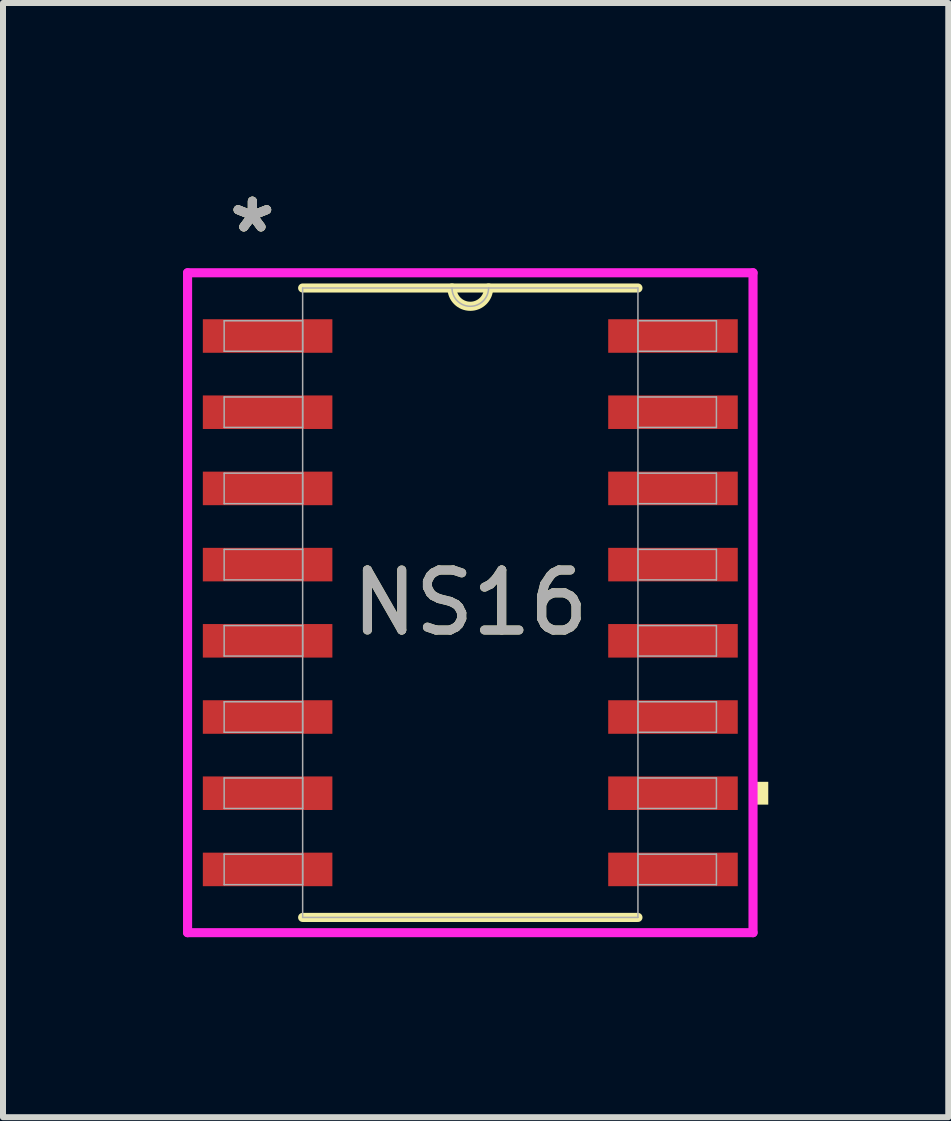
<source format=kicad_pcb>
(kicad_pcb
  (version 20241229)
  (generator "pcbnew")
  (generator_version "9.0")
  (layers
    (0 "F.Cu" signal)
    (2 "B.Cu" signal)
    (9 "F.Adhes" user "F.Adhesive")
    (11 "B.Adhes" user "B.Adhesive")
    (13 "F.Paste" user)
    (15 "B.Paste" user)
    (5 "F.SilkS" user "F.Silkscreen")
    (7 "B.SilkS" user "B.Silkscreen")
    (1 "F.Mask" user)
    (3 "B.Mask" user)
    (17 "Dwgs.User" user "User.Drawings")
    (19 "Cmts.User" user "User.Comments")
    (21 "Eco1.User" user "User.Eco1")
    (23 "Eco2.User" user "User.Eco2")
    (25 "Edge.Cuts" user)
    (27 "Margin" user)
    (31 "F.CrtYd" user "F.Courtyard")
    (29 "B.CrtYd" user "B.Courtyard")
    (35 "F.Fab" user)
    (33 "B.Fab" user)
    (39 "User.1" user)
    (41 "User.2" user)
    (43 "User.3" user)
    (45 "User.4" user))
  (footprint "NS16"
    (layer "F.Cu")
    (at 4.788 6.995)
    (property "Reference" "NS16" (at 0 0 0) (unlocked yes) (layer "F.SilkS") (effects (font (size 1 1) (thickness 0.15))))
    (attr smd)
    (fp_line (start -2.794 5.245) (end 2.794 5.245) (stroke (width 0.152) (type solid)) (layer "F.SilkS"))
    (fp_line (start 2.794 -5.245) (end -2.794 -5.245) (stroke (width 0.152) (type solid)) (layer "F.SilkS"))
    (fp_arc (start 0.3048 -5.2451) (mid 0 -4.9403) (end -0.3048 -5.2451) (stroke (width 0.1524) (type solid)) (layer "F.SilkS"))
    (fp_poly (pts (xy 4.966 2.985) (xy 4.966 3.365) (xy 4.712 3.365) (xy 4.712 2.985)) (stroke (width 0) (type solid)) (fill yes) (layer "F.SilkS"))
    (fp_line (start -4.712 -5.499) (end 4.712 -5.499) (stroke (width 0.152) (type solid)) (layer "F.CrtYd"))
    (fp_line (start -4.712 5.499) (end -4.712 -5.499) (stroke (width 0.152) (type solid)) (layer "F.CrtYd"))
    (fp_line (start 4.712 -5.499) (end 4.712 5.499) (stroke (width 0.152) (type solid)) (layer "F.CrtYd"))
    (fp_line (start 4.712 5.499) (end -4.712 5.499) (stroke (width 0.152) (type solid)) (layer "F.CrtYd"))
    (fp_line (start -4.102 -4.699) (end -4.102 -4.191) (stroke (width 0.025) (type solid)) (layer "F.Fab"))
    (fp_line (start -4.102 -4.191) (end -2.794 -4.191) (stroke (width 0.025) (type solid)) (layer "F.Fab"))
    (fp_line (start -4.102 -3.429) (end -4.102 -2.921) (stroke (width 0.025) (type solid)) (layer "F.Fab"))
    (fp_line (start -4.102 -2.921) (end -2.794 -2.921) (stroke (width 0.025) (type solid)) (layer "F.Fab"))
    (fp_line (start -4.102 -2.159) (end -4.102 -1.651) (stroke (width 0.025) (type solid)) (layer "F.Fab"))
    (fp_line (start -4.102 -1.651) (end -2.794 -1.651) (stroke (width 0.025) (type solid)) (layer "F.Fab"))
    (fp_line (start -4.102 -0.889) (end -4.102 -0.381) (stroke (width 0.025) (type solid)) (layer "F.Fab"))
    (fp_line (start -4.102 -0.381) (end -2.794 -0.381) (stroke (width 0.025) (type solid)) (layer "F.Fab"))
    (fp_line (start -4.102 0.381) (end -4.102 0.889) (stroke (width 0.025) (type solid)) (layer "F.Fab"))
    (fp_line (start -4.102 0.889) (end -2.794 0.889) (stroke (width 0.025) (type solid)) (layer "F.Fab"))
    (fp_line (start -4.102 1.651) (end -4.102 2.159) (stroke (width 0.025) (type solid)) (layer "F.Fab"))
    (fp_line (start -4.102 2.159) (end -2.794 2.159) (stroke (width 0.025) (type solid)) (layer "F.Fab"))
    (fp_line (start -4.102 2.921) (end -4.102 3.429) (stroke (width 0.025) (type solid)) (layer "F.Fab"))
    (fp_line (start -4.102 3.429) (end -2.794 3.429) (stroke (width 0.025) (type solid)) (layer "F.Fab"))
    (fp_line (start -4.102 4.191) (end -4.102 4.699) (stroke (width 0.025) (type solid)) (layer "F.Fab"))
    (fp_line (start -4.102 4.699) (end -2.794 4.699) (stroke (width 0.025) (type solid)) (layer "F.Fab"))
    (fp_line (start -2.794 -5.245) (end -2.794 5.245) (stroke (width 0.025) (type solid)) (layer "F.Fab"))
    (fp_line (start -2.794 -4.699) (end -4.102 -4.699) (stroke (width 0.025) (type solid)) (layer "F.Fab"))
    (fp_line (start -2.794 -4.191) (end -2.794 -4.699) (stroke (width 0.025) (type solid)) (layer "F.Fab"))
    (fp_line (start -2.794 -3.429) (end -4.102 -3.429) (stroke (width 0.025) (type solid)) (layer "F.Fab"))
    (fp_line (start -2.794 -2.921) (end -2.794 -3.429) (stroke (width 0.025) (type solid)) (layer "F.Fab"))
    (fp_line (start -2.794 -2.159) (end -4.102 -2.159) (stroke (width 0.025) (type solid)) (layer "F.Fab"))
    (fp_line (start -2.794 -1.651) (end -2.794 -2.159) (stroke (width 0.025) (type solid)) (layer "F.Fab"))
    (fp_line (start -2.794 -0.889) (end -4.102 -0.889) (stroke (width 0.025) (type solid)) (layer "F.Fab"))
    (fp_line (start -2.794 -0.381) (end -2.794 -0.889) (stroke (width 0.025) (type solid)) (layer "F.Fab"))
    (fp_line (start -2.794 0.381) (end -4.102 0.381) (stroke (width 0.025) (type solid)) (layer "F.Fab"))
    (fp_line (start -2.794 0.889) (end -2.794 0.381) (stroke (width 0.025) (type solid)) (layer "F.Fab"))
    (fp_line (start -2.794 1.651) (end -4.102 1.651) (stroke (width 0.025) (type solid)) (layer "F.Fab"))
    (fp_line (start -2.794 2.159) (end -2.794 1.651) (stroke (width 0.025) (type solid)) (layer "F.Fab"))
    (fp_line (start -2.794 2.921) (end -4.102 2.921) (stroke (width 0.025) (type solid)) (layer "F.Fab"))
    (fp_line (start -2.794 3.429) (end -2.794 2.921) (stroke (width 0.025) (type solid)) (layer "F.Fab"))
    (fp_line (start -2.794 4.191) (end -4.102 4.191) (stroke (width 0.025) (type solid)) (layer "F.Fab"))
    (fp_line (start -2.794 4.699) (end -2.794 4.191) (stroke (width 0.025) (type solid)) (layer "F.Fab"))
    (fp_line (start -2.794 5.245) (end 2.794 5.245) (stroke (width 0.025) (type solid)) (layer "F.Fab"))
    (fp_line (start 2.794 -5.245) (end -2.794 -5.245) (stroke (width 0.025) (type solid)) (layer "F.Fab"))
    (fp_line (start 2.794 -4.699) (end 2.794 -4.191) (stroke (width 0.025) (type solid)) (layer "F.Fab"))
    (fp_line (start 2.794 -4.191) (end 4.102 -4.191) (stroke (width 0.025) (type solid)) (layer "F.Fab"))
    (fp_line (start 2.794 -3.429) (end 2.794 -2.921) (stroke (width 0.025) (type solid)) (layer "F.Fab"))
    (fp_line (start 2.794 -2.921) (end 4.102 -2.921) (stroke (width 0.025) (type solid)) (layer "F.Fab"))
    (fp_line (start 2.794 -2.159) (end 2.794 -1.651) (stroke (width 0.025) (type solid)) (layer "F.Fab"))
    (fp_line (start 2.794 -1.651) (end 4.102 -1.651) (stroke (width 0.025) (type solid)) (layer "F.Fab"))
    (fp_line (start 2.794 -0.889) (end 2.794 -0.381) (stroke (width 0.025) (type solid)) (layer "F.Fab"))
    (fp_line (start 2.794 -0.381) (end 4.102 -0.381) (stroke (width 0.025) (type solid)) (layer "F.Fab"))
    (fp_line (start 2.794 0.381) (end 2.794 0.889) (stroke (width 0.025) (type solid)) (layer "F.Fab"))
    (fp_line (start 2.794 0.889) (end 4.102 0.889) (stroke (width 0.025) (type solid)) (layer "F.Fab"))
    (fp_line (start 2.794 1.651) (end 2.794 2.159) (stroke (width 0.025) (type solid)) (layer "F.Fab"))
    (fp_line (start 2.794 2.159) (end 4.102 2.159) (stroke (width 0.025) (type solid)) (layer "F.Fab"))
    (fp_line (start 2.794 2.921) (end 2.794 3.429) (stroke (width 0.025) (type solid)) (layer "F.Fab"))
    (fp_line (start 2.794 3.429) (end 4.102 3.429) (stroke (width 0.025) (type solid)) (layer "F.Fab"))
    (fp_line (start 2.794 4.191) (end 2.794 4.699) (stroke (width 0.025) (type solid)) (layer "F.Fab"))
    (fp_line (start 2.794 4.699) (end 4.102 4.699) (stroke (width 0.025) (type solid)) (layer "F.Fab"))
    (fp_line (start 2.794 5.245) (end 2.794 -5.245) (stroke (width 0.025) (type solid)) (layer "F.Fab"))
    (fp_line (start 4.102 -4.699) (end 2.794 -4.699) (stroke (width 0.025) (type solid)) (layer "F.Fab"))
    (fp_line (start 4.102 -4.191) (end 4.102 -4.699) (stroke (width 0.025) (type solid)) (layer "F.Fab"))
    (fp_line (start 4.102 -3.429) (end 2.794 -3.429) (stroke (width 0.025) (type solid)) (layer "F.Fab"))
    (fp_line (start 4.102 -2.921) (end 4.102 -3.429) (stroke (width 0.025) (type solid)) (layer "F.Fab"))
    (fp_line (start 4.102 -2.159) (end 2.794 -2.159) (stroke (width 0.025) (type solid)) (layer "F.Fab"))
    (fp_line (start 4.102 -1.651) (end 4.102 -2.159) (stroke (width 0.025) (type solid)) (layer "F.Fab"))
    (fp_line (start 4.102 -0.889) (end 2.794 -0.889) (stroke (width 0.025) (type solid)) (layer "F.Fab"))
    (fp_line (start 4.102 -0.381) (end 4.102 -0.889) (stroke (width 0.025) (type solid)) (layer "F.Fab"))
    (fp_line (start 4.102 0.381) (end 2.794 0.381) (stroke (width 0.025) (type solid)) (layer "F.Fab"))
    (fp_line (start 4.102 0.889) (end 4.102 0.381) (stroke (width 0.025) (type solid)) (layer "F.Fab"))
    (fp_line (start 4.102 1.651) (end 2.794 1.651) (stroke (width 0.025) (type solid)) (layer "F.Fab"))
    (fp_line (start 4.102 2.159) (end 4.102 1.651) (stroke (width 0.025) (type solid)) (layer "F.Fab"))
    (fp_line (start 4.102 2.921) (end 2.794 2.921) (stroke (width 0.025) (type solid)) (layer "F.Fab"))
    (fp_line (start 4.102 3.429) (end 4.102 2.921) (stroke (width 0.025) (type solid)) (layer "F.Fab"))
    (fp_line (start 4.102 4.191) (end 2.794 4.191) (stroke (width 0.025) (type solid)) (layer "F.Fab"))
    (fp_line (start 4.102 4.699) (end 4.102 4.191) (stroke (width 0.025) (type solid)) (layer "F.Fab"))
    (fp_arc (start 0.3048 -5.2451) (mid 0 -4.9403) (end -0.3048 -5.2451) (stroke (width 0.0254) (type solid)) (layer "F.Fab"))
    (fp_text user "*" (at -3.632 -6.147 0) (layer "F.SilkS") (effects (font (size 1 1) (thickness 0.15))))
    (fp_text user "*" (at -3.632 -6.147 0) (unlocked yes) (layer "F.SilkS") (effects (font (size 1 1) (thickness 0.15))))
    (fp_text user "*" (at -3.632 -6.147 0) (unlocked yes) (layer "F.Fab") (effects (font (size 1 1) (thickness 0.15))))
    (fp_text user "${REFERENCE}" (at 0 0 0) (unlocked yes) (layer "F.Fab") (effects (font (size 1 1) (thickness 0.15))))
    (fp_text user "*" (at -3.632 -6.147 0) (layer "F.Fab") (effects (font (size 1 1) (thickness 0.15))))
    (pad "1" smd rect (at -3.378 -4.445) (size 2.159 0.559) (layers "F.Cu" "F.Mask" "F.Paste"))
    (pad "2" smd rect (at -3.378 -3.175) (size 2.159 0.559) (layers "F.Cu" "F.Mask" "F.Paste"))
    (pad "3" smd rect (at -3.378 -1.905) (size 2.159 0.559) (layers "F.Cu" "F.Mask" "F.Paste"))
    (pad "4" smd rect (at -3.378 -0.635) (size 2.159 0.559) (layers "F.Cu" "F.Mask" "F.Paste"))
    (pad "5" smd rect (at -3.378 0.635) (size 2.159 0.559) (layers "F.Cu" "F.Mask" "F.Paste"))
    (pad "6" smd rect (at -3.378 1.905) (size 2.159 0.559) (layers "F.Cu" "F.Mask" "F.Paste"))
    (pad "7" smd rect (at -3.378 3.175) (size 2.159 0.559) (layers "F.Cu" "F.Mask" "F.Paste"))
    (pad "8" smd rect (at -3.378 4.445) (size 2.159 0.559) (layers "F.Cu" "F.Mask" "F.Paste"))
    (pad "9" smd rect (at 3.378 4.445) (size 2.159 0.559) (layers "F.Cu" "F.Mask" "F.Paste"))
    (pad "10" smd rect (at 3.378 3.175) (size 2.159 0.559) (layers "F.Cu" "F.Mask" "F.Paste"))
    (pad "11" smd rect (at 3.378 1.905) (size 2.159 0.559) (layers "F.Cu" "F.Mask" "F.Paste"))
    (pad "12" smd rect (at 3.378 0.635) (size 2.159 0.559) (layers "F.Cu" "F.Mask" "F.Paste"))
    (pad "13" smd rect (at 3.378 -0.635) (size 2.159 0.559) (layers "F.Cu" "F.Mask" "F.Paste"))
    (pad "14" smd rect (at 3.378 -1.905) (size 2.159 0.559) (layers "F.Cu" "F.Mask" "F.Paste"))
    (pad "15" smd rect (at 3.378 -3.175) (size 2.159 0.559) (layers "F.Cu" "F.Mask" "F.Paste"))
    (pad "16" smd rect (at 3.378 -4.445) (size 2.159 0.559) (layers "F.Cu" "F.Mask" "F.Paste")))
  (gr_rect
    (start -3 -3)
    (end 12.754 15.57)
    (stroke (width 0.1) (type default))
    (fill no)
    (layer "Edge.Cuts")))
</source>
